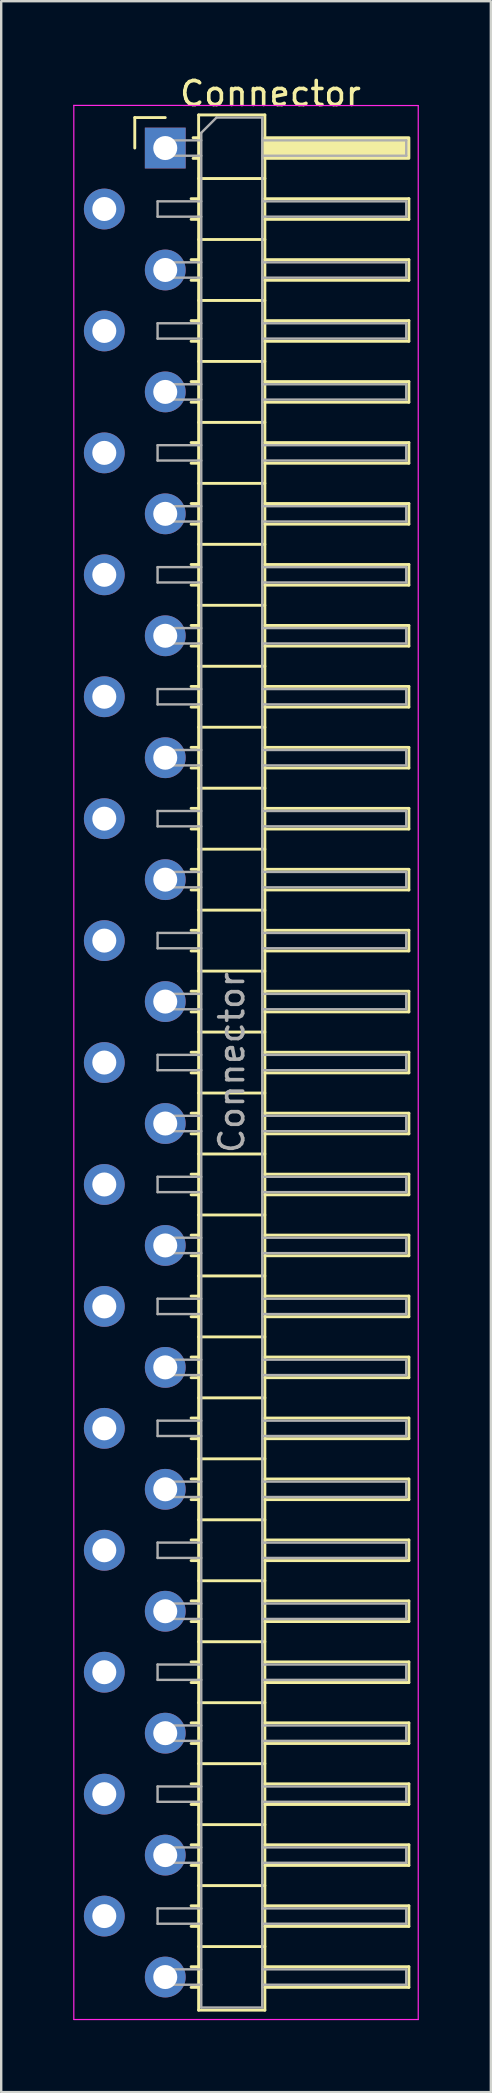
<source format=kicad_pcb>
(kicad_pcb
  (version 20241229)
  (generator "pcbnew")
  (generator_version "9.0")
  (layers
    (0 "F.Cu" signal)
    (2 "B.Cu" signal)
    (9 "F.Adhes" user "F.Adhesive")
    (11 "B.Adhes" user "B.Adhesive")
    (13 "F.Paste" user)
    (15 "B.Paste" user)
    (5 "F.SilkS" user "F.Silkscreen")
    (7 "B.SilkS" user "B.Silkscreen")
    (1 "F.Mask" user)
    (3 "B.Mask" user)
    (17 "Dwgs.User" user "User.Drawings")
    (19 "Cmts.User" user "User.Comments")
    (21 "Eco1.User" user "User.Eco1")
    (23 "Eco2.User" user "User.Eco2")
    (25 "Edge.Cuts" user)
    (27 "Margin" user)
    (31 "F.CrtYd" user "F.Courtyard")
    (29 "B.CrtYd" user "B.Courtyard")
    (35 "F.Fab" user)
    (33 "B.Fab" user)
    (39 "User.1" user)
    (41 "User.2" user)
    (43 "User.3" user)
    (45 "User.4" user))
  (footprint "Connector"
    (layer "F.Cu")
    (at 3.835 3.118)
    (property "Reference" "Connector" (at 4.385 -2.27 0) (layer "F.SilkS") (effects (font (size 1 1) (thickness 0.15))))
    (attr through_hole)
    (fp_line (start -1.27 -1.27) (end 0 -1.27) (stroke (width 0.12) (type solid)) (layer "F.SilkS"))
    (fp_line (start -1.27 0) (end -1.27 -1.27) (stroke (width 0.12) (type solid)) (layer "F.SilkS"))
    (fp_line (start 1.077 2.11) (end 1.39 2.11) (stroke (width 0.12) (type solid)) (layer "F.SilkS"))
    (fp_line (start 1.077 2.97) (end 1.39 2.97) (stroke (width 0.12) (type solid)) (layer "F.SilkS"))
    (fp_line (start 1.077 4.65) (end 1.39 4.65) (stroke (width 0.12) (type solid)) (layer "F.SilkS"))
    (fp_line (start 1.077 5.51) (end 1.39 5.51) (stroke (width 0.12) (type solid)) (layer "F.SilkS"))
    (fp_line (start 1.077 7.19) (end 1.39 7.19) (stroke (width 0.12) (type solid)) (layer "F.SilkS"))
    (fp_line (start 1.077 8.05) (end 1.39 8.05) (stroke (width 0.12) (type solid)) (layer "F.SilkS"))
    (fp_line (start 1.077 9.73) (end 1.39 9.73) (stroke (width 0.12) (type solid)) (layer "F.SilkS"))
    (fp_line (start 1.077 10.59) (end 1.39 10.59) (stroke (width 0.12) (type solid)) (layer "F.SilkS"))
    (fp_line (start 1.077 12.27) (end 1.39 12.27) (stroke (width 0.12) (type solid)) (layer "F.SilkS"))
    (fp_line (start 1.077 13.13) (end 1.39 13.13) (stroke (width 0.12) (type solid)) (layer "F.SilkS"))
    (fp_line (start 1.077 14.81) (end 1.39 14.81) (stroke (width 0.12) (type solid)) (layer "F.SilkS"))
    (fp_line (start 1.077 15.67) (end 1.39 15.67) (stroke (width 0.12) (type solid)) (layer "F.SilkS"))
    (fp_line (start 1.077 17.35) (end 1.39 17.35) (stroke (width 0.12) (type solid)) (layer "F.SilkS"))
    (fp_line (start 1.077 18.21) (end 1.39 18.21) (stroke (width 0.12) (type solid)) (layer "F.SilkS"))
    (fp_line (start 1.077 19.89) (end 1.39 19.89) (stroke (width 0.12) (type solid)) (layer "F.SilkS"))
    (fp_line (start 1.077 20.75) (end 1.39 20.75) (stroke (width 0.12) (type solid)) (layer "F.SilkS"))
    (fp_line (start 1.077 22.43) (end 1.39 22.43) (stroke (width 0.12) (type solid)) (layer "F.SilkS"))
    (fp_line (start 1.077 23.29) (end 1.39 23.29) (stroke (width 0.12) (type solid)) (layer "F.SilkS"))
    (fp_line (start 1.077 24.97) (end 1.39 24.97) (stroke (width 0.12) (type solid)) (layer "F.SilkS"))
    (fp_line (start 1.077 25.83) (end 1.39 25.83) (stroke (width 0.12) (type solid)) (layer "F.SilkS"))
    (fp_line (start 1.077 27.51) (end 1.39 27.51) (stroke (width 0.12) (type solid)) (layer "F.SilkS"))
    (fp_line (start 1.077 28.37) (end 1.39 28.37) (stroke (width 0.12) (type solid)) (layer "F.SilkS"))
    (fp_line (start 1.077 30.05) (end 1.39 30.05) (stroke (width 0.12) (type solid)) (layer "F.SilkS"))
    (fp_line (start 1.077 30.91) (end 1.39 30.91) (stroke (width 0.12) (type solid)) (layer "F.SilkS"))
    (fp_line (start 1.077 32.59) (end 1.39 32.59) (stroke (width 0.12) (type solid)) (layer "F.SilkS"))
    (fp_line (start 1.077 33.45) (end 1.39 33.45) (stroke (width 0.12) (type solid)) (layer "F.SilkS"))
    (fp_line (start 1.077 35.13) (end 1.39 35.13) (stroke (width 0.12) (type solid)) (layer "F.SilkS"))
    (fp_line (start 1.077 35.99) (end 1.39 35.99) (stroke (width 0.12) (type solid)) (layer "F.SilkS"))
    (fp_line (start 1.077 37.67) (end 1.39 37.67) (stroke (width 0.12) (type solid)) (layer "F.SilkS"))
    (fp_line (start 1.077 38.53) (end 1.39 38.53) (stroke (width 0.12) (type solid)) (layer "F.SilkS"))
    (fp_line (start 1.077 40.21) (end 1.39 40.21) (stroke (width 0.12) (type solid)) (layer "F.SilkS"))
    (fp_line (start 1.077 41.07) (end 1.39 41.07) (stroke (width 0.12) (type solid)) (layer "F.SilkS"))
    (fp_line (start 1.077 42.75) (end 1.39 42.75) (stroke (width 0.12) (type solid)) (layer "F.SilkS"))
    (fp_line (start 1.077 43.61) (end 1.39 43.61) (stroke (width 0.12) (type solid)) (layer "F.SilkS"))
    (fp_line (start 1.077 45.29) (end 1.39 45.29) (stroke (width 0.12) (type solid)) (layer "F.SilkS"))
    (fp_line (start 1.077 46.15) (end 1.39 46.15) (stroke (width 0.12) (type solid)) (layer "F.SilkS"))
    (fp_line (start 1.077 47.83) (end 1.39 47.83) (stroke (width 0.12) (type solid)) (layer "F.SilkS"))
    (fp_line (start 1.077 48.69) (end 1.39 48.69) (stroke (width 0.12) (type solid)) (layer "F.SilkS"))
    (fp_line (start 1.077 50.37) (end 1.39 50.37) (stroke (width 0.12) (type solid)) (layer "F.SilkS"))
    (fp_line (start 1.077 51.23) (end 1.39 51.23) (stroke (width 0.12) (type solid)) (layer "F.SilkS"))
    (fp_line (start 1.077 52.91) (end 1.39 52.91) (stroke (width 0.12) (type solid)) (layer "F.SilkS"))
    (fp_line (start 1.077 53.77) (end 1.39 53.77) (stroke (width 0.12) (type solid)) (layer "F.SilkS"))
    (fp_line (start 1.077 55.45) (end 1.39 55.45) (stroke (width 0.12) (type solid)) (layer "F.SilkS"))
    (fp_line (start 1.077 56.31) (end 1.39 56.31) (stroke (width 0.12) (type solid)) (layer "F.SilkS"))
    (fp_line (start 1.077 57.99) (end 1.39 57.99) (stroke (width 0.12) (type solid)) (layer "F.SilkS"))
    (fp_line (start 1.077 58.85) (end 1.39 58.85) (stroke (width 0.12) (type solid)) (layer "F.SilkS"))
    (fp_line (start 1.077 60.53) (end 1.39 60.53) (stroke (width 0.12) (type solid)) (layer "F.SilkS"))
    (fp_line (start 1.077 61.39) (end 1.39 61.39) (stroke (width 0.12) (type solid)) (layer "F.SilkS"))
    (fp_line (start 1.077 63.07) (end 1.39 63.07) (stroke (width 0.12) (type solid)) (layer "F.SilkS"))
    (fp_line (start 1.077 63.93) (end 1.39 63.93) (stroke (width 0.12) (type solid)) (layer "F.SilkS"))
    (fp_line (start 1.077 65.61) (end 1.39 65.61) (stroke (width 0.12) (type solid)) (layer "F.SilkS"))
    (fp_line (start 1.077 66.47) (end 1.39 66.47) (stroke (width 0.12) (type solid)) (layer "F.SilkS"))
    (fp_line (start 1.077 68.15) (end 1.39 68.15) (stroke (width 0.12) (type solid)) (layer "F.SilkS"))
    (fp_line (start 1.077 69.01) (end 1.39 69.01) (stroke (width 0.12) (type solid)) (layer "F.SilkS"))
    (fp_line (start 1.077 70.69) (end 1.39 70.69) (stroke (width 0.12) (type solid)) (layer "F.SilkS"))
    (fp_line (start 1.077 71.55) (end 1.39 71.55) (stroke (width 0.12) (type solid)) (layer "F.SilkS"))
    (fp_line (start 1.077 73.23) (end 1.39 73.23) (stroke (width 0.12) (type solid)) (layer "F.SilkS"))
    (fp_line (start 1.077 74.09) (end 1.39 74.09) (stroke (width 0.12) (type solid)) (layer "F.SilkS"))
    (fp_line (start 1.077 75.77) (end 1.39 75.77) (stroke (width 0.12) (type solid)) (layer "F.SilkS"))
    (fp_line (start 1.077 76.63) (end 1.39 76.63) (stroke (width 0.12) (type solid)) (layer "F.SilkS"))
    (fp_line (start 1.16 -0.43) (end 1.39 -0.43) (stroke (width 0.12) (type solid)) (layer "F.SilkS"))
    (fp_line (start 1.16 0.43) (end 1.39 0.43) (stroke (width 0.12) (type solid)) (layer "F.SilkS"))
    (fp_line (start 1.39 -1.38) (end 1.39 77.58) (stroke (width 0.12) (type solid)) (layer "F.SilkS"))
    (fp_line (start 1.39 1.27) (end 4.15 1.27) (stroke (width 0.12) (type solid)) (layer "F.SilkS"))
    (fp_line (start 1.39 3.81) (end 4.15 3.81) (stroke (width 0.12) (type solid)) (layer "F.SilkS"))
    (fp_line (start 1.39 6.35) (end 4.15 6.35) (stroke (width 0.12) (type solid)) (layer "F.SilkS"))
    (fp_line (start 1.39 8.89) (end 4.15 8.89) (stroke (width 0.12) (type solid)) (layer "F.SilkS"))
    (fp_line (start 1.39 11.43) (end 4.15 11.43) (stroke (width 0.12) (type solid)) (layer "F.SilkS"))
    (fp_line (start 1.39 13.97) (end 4.15 13.97) (stroke (width 0.12) (type solid)) (layer "F.SilkS"))
    (fp_line (start 1.39 16.51) (end 4.15 16.51) (stroke (width 0.12) (type solid)) (layer "F.SilkS"))
    (fp_line (start 1.39 19.05) (end 4.15 19.05) (stroke (width 0.12) (type solid)) (layer "F.SilkS"))
    (fp_line (start 1.39 21.59) (end 4.15 21.59) (stroke (width 0.12) (type solid)) (layer "F.SilkS"))
    (fp_line (start 1.39 24.13) (end 4.15 24.13) (stroke (width 0.12) (type solid)) (layer "F.SilkS"))
    (fp_line (start 1.39 26.67) (end 4.15 26.67) (stroke (width 0.12) (type solid)) (layer "F.SilkS"))
    (fp_line (start 1.39 29.21) (end 4.15 29.21) (stroke (width 0.12) (type solid)) (layer "F.SilkS"))
    (fp_line (start 1.39 31.75) (end 4.15 31.75) (stroke (width 0.12) (type solid)) (layer "F.SilkS"))
    (fp_line (start 1.39 34.29) (end 4.15 34.29) (stroke (width 0.12) (type solid)) (layer "F.SilkS"))
    (fp_line (start 1.39 36.83) (end 4.15 36.83) (stroke (width 0.12) (type solid)) (layer "F.SilkS"))
    (fp_line (start 1.39 39.37) (end 4.15 39.37) (stroke (width 0.12) (type solid)) (layer "F.SilkS"))
    (fp_line (start 1.39 41.91) (end 4.15 41.91) (stroke (width 0.12) (type solid)) (layer "F.SilkS"))
    (fp_line (start 1.39 44.45) (end 4.15 44.45) (stroke (width 0.12) (type solid)) (layer "F.SilkS"))
    (fp_line (start 1.39 46.99) (end 4.15 46.99) (stroke (width 0.12) (type solid)) (layer "F.SilkS"))
    (fp_line (start 1.39 49.53) (end 4.15 49.53) (stroke (width 0.12) (type solid)) (layer "F.SilkS"))
    (fp_line (start 1.39 52.07) (end 4.15 52.07) (stroke (width 0.12) (type solid)) (layer "F.SilkS"))
    (fp_line (start 1.39 54.61) (end 4.15 54.61) (stroke (width 0.12) (type solid)) (layer "F.SilkS"))
    (fp_line (start 1.39 57.15) (end 4.15 57.15) (stroke (width 0.12) (type solid)) (layer "F.SilkS"))
    (fp_line (start 1.39 59.69) (end 4.15 59.69) (stroke (width 0.12) (type solid)) (layer "F.SilkS"))
    (fp_line (start 1.39 62.23) (end 4.15 62.23) (stroke (width 0.12) (type solid)) (layer "F.SilkS"))
    (fp_line (start 1.39 64.77) (end 4.15 64.77) (stroke (width 0.12) (type solid)) (layer "F.SilkS"))
    (fp_line (start 1.39 67.31) (end 4.15 67.31) (stroke (width 0.12) (type solid)) (layer "F.SilkS"))
    (fp_line (start 1.39 69.85) (end 4.15 69.85) (stroke (width 0.12) (type solid)) (layer "F.SilkS"))
    (fp_line (start 1.39 72.39) (end 4.15 72.39) (stroke (width 0.12) (type solid)) (layer "F.SilkS"))
    (fp_line (start 1.39 74.93) (end 4.15 74.93) (stroke (width 0.12) (type solid)) (layer "F.SilkS"))
    (fp_line (start 1.39 77.58) (end 4.15 77.58) (stroke (width 0.12) (type solid)) (layer "F.SilkS"))
    (fp_line (start 4.15 -1.38) (end 1.39 -1.38) (stroke (width 0.12) (type solid)) (layer "F.SilkS"))
    (fp_line (start 4.15 2.11) (end 10.15 2.11) (stroke (width 0.12) (type solid)) (layer "F.SilkS"))
    (fp_line (start 4.15 4.65) (end 10.15 4.65) (stroke (width 0.12) (type solid)) (layer "F.SilkS"))
    (fp_line (start 4.15 7.19) (end 10.15 7.19) (stroke (width 0.12) (type solid)) (layer "F.SilkS"))
    (fp_line (start 4.15 9.73) (end 10.15 9.73) (stroke (width 0.12) (type solid)) (layer "F.SilkS"))
    (fp_line (start 4.15 12.27) (end 10.15 12.27) (stroke (width 0.12) (type solid)) (layer "F.SilkS"))
    (fp_line (start 4.15 14.81) (end 10.15 14.81) (stroke (width 0.12) (type solid)) (layer "F.SilkS"))
    (fp_line (start 4.15 17.35) (end 10.15 17.35) (stroke (width 0.12) (type solid)) (layer "F.SilkS"))
    (fp_line (start 4.15 19.89) (end 10.15 19.89) (stroke (width 0.12) (type solid)) (layer "F.SilkS"))
    (fp_line (start 4.15 22.43) (end 10.15 22.43) (stroke (width 0.12) (type solid)) (layer "F.SilkS"))
    (fp_line (start 4.15 24.97) (end 10.15 24.97) (stroke (width 0.12) (type solid)) (layer "F.SilkS"))
    (fp_line (start 4.15 27.51) (end 10.15 27.51) (stroke (width 0.12) (type solid)) (layer "F.SilkS"))
    (fp_line (start 4.15 30.05) (end 10.15 30.05) (stroke (width 0.12) (type solid)) (layer "F.SilkS"))
    (fp_line (start 4.15 32.59) (end 10.15 32.59) (stroke (width 0.12) (type solid)) (layer "F.SilkS"))
    (fp_line (start 4.15 35.13) (end 10.15 35.13) (stroke (width 0.12) (type solid)) (layer "F.SilkS"))
    (fp_line (start 4.15 37.67) (end 10.15 37.67) (stroke (width 0.12) (type solid)) (layer "F.SilkS"))
    (fp_line (start 4.15 40.21) (end 10.15 40.21) (stroke (width 0.12) (type solid)) (layer "F.SilkS"))
    (fp_line (start 4.15 42.75) (end 10.15 42.75) (stroke (width 0.12) (type solid)) (layer "F.SilkS"))
    (fp_line (start 4.15 45.29) (end 10.15 45.29) (stroke (width 0.12) (type solid)) (layer "F.SilkS"))
    (fp_line (start 4.15 47.83) (end 10.15 47.83) (stroke (width 0.12) (type solid)) (layer "F.SilkS"))
    (fp_line (start 4.15 50.37) (end 10.15 50.37) (stroke (width 0.12) (type solid)) (layer "F.SilkS"))
    (fp_line (start 4.15 52.91) (end 10.15 52.91) (stroke (width 0.12) (type solid)) (layer "F.SilkS"))
    (fp_line (start 4.15 55.45) (end 10.15 55.45) (stroke (width 0.12) (type solid)) (layer "F.SilkS"))
    (fp_line (start 4.15 57.99) (end 10.15 57.99) (stroke (width 0.12) (type solid)) (layer "F.SilkS"))
    (fp_line (start 4.15 60.53) (end 10.15 60.53) (stroke (width 0.12) (type solid)) (layer "F.SilkS"))
    (fp_line (start 4.15 63.07) (end 10.15 63.07) (stroke (width 0.12) (type solid)) (layer "F.SilkS"))
    (fp_line (start 4.15 65.61) (end 10.15 65.61) (stroke (width 0.12) (type solid)) (layer "F.SilkS"))
    (fp_line (start 4.15 68.15) (end 10.15 68.15) (stroke (width 0.12) (type solid)) (layer "F.SilkS"))
    (fp_line (start 4.15 70.69) (end 10.15 70.69) (stroke (width 0.12) (type solid)) (layer "F.SilkS"))
    (fp_line (start 4.15 73.23) (end 10.15 73.23) (stroke (width 0.12) (type solid)) (layer "F.SilkS"))
    (fp_line (start 4.15 75.77) (end 10.15 75.77) (stroke (width 0.12) (type solid)) (layer "F.SilkS"))
    (fp_line (start 4.15 77.58) (end 4.15 -1.38) (stroke (width 0.12) (type solid)) (layer "F.SilkS"))
    (fp_line (start 10.15 2.11) (end 10.15 2.97) (stroke (width 0.12) (type solid)) (layer "F.SilkS"))
    (fp_line (start 10.15 2.97) (end 4.15 2.97) (stroke (width 0.12) (type solid)) (layer "F.SilkS"))
    (fp_line (start 10.15 4.65) (end 10.15 5.51) (stroke (width 0.12) (type solid)) (layer "F.SilkS"))
    (fp_line (start 10.15 5.51) (end 4.15 5.51) (stroke (width 0.12) (type solid)) (layer "F.SilkS"))
    (fp_line (start 10.15 7.19) (end 10.15 8.05) (stroke (width 0.12) (type solid)) (layer "F.SilkS"))
    (fp_line (start 10.15 8.05) (end 4.15 8.05) (stroke (width 0.12) (type solid)) (layer "F.SilkS"))
    (fp_line (start 10.15 9.73) (end 10.15 10.59) (stroke (width 0.12) (type solid)) (layer "F.SilkS"))
    (fp_line (start 10.15 10.59) (end 4.15 10.59) (stroke (width 0.12) (type solid)) (layer "F.SilkS"))
    (fp_line (start 10.15 12.27) (end 10.15 13.13) (stroke (width 0.12) (type solid)) (layer "F.SilkS"))
    (fp_line (start 10.15 13.13) (end 4.15 13.13) (stroke (width 0.12) (type solid)) (layer "F.SilkS"))
    (fp_line (start 10.15 14.81) (end 10.15 15.67) (stroke (width 0.12) (type solid)) (layer "F.SilkS"))
    (fp_line (start 10.15 15.67) (end 4.15 15.67) (stroke (width 0.12) (type solid)) (layer "F.SilkS"))
    (fp_line (start 10.15 17.35) (end 10.15 18.21) (stroke (width 0.12) (type solid)) (layer "F.SilkS"))
    (fp_line (start 10.15 18.21) (end 4.15 18.21) (stroke (width 0.12) (type solid)) (layer "F.SilkS"))
    (fp_line (start 10.15 19.89) (end 10.15 20.75) (stroke (width 0.12) (type solid)) (layer "F.SilkS"))
    (fp_line (start 10.15 20.75) (end 4.15 20.75) (stroke (width 0.12) (type solid)) (layer "F.SilkS"))
    (fp_line (start 10.15 22.43) (end 10.15 23.29) (stroke (width 0.12) (type solid)) (layer "F.SilkS"))
    (fp_line (start 10.15 23.29) (end 4.15 23.29) (stroke (width 0.12) (type solid)) (layer "F.SilkS"))
    (fp_line (start 10.15 24.97) (end 10.15 25.83) (stroke (width 0.12) (type solid)) (layer "F.SilkS"))
    (fp_line (start 10.15 25.83) (end 4.15 25.83) (stroke (width 0.12) (type solid)) (layer "F.SilkS"))
    (fp_line (start 10.15 27.51) (end 10.15 28.37) (stroke (width 0.12) (type solid)) (layer "F.SilkS"))
    (fp_line (start 10.15 28.37) (end 4.15 28.37) (stroke (width 0.12) (type solid)) (layer "F.SilkS"))
    (fp_line (start 10.15 30.05) (end 10.15 30.91) (stroke (width 0.12) (type solid)) (layer "F.SilkS"))
    (fp_line (start 10.15 30.91) (end 4.15 30.91) (stroke (width 0.12) (type solid)) (layer "F.SilkS"))
    (fp_line (start 10.15 32.59) (end 10.15 33.45) (stroke (width 0.12) (type solid)) (layer "F.SilkS"))
    (fp_line (start 10.15 33.45) (end 4.15 33.45) (stroke (width 0.12) (type solid)) (layer "F.SilkS"))
    (fp_line (start 10.15 35.13) (end 10.15 35.99) (stroke (width 0.12) (type solid)) (layer "F.SilkS"))
    (fp_line (start 10.15 35.99) (end 4.15 35.99) (stroke (width 0.12) (type solid)) (layer "F.SilkS"))
    (fp_line (start 10.15 37.67) (end 10.15 38.53) (stroke (width 0.12) (type solid)) (layer "F.SilkS"))
    (fp_line (start 10.15 38.53) (end 4.15 38.53) (stroke (width 0.12) (type solid)) (layer "F.SilkS"))
    (fp_line (start 10.15 40.21) (end 10.15 41.07) (stroke (width 0.12) (type solid)) (layer "F.SilkS"))
    (fp_line (start 10.15 41.07) (end 4.15 41.07) (stroke (width 0.12) (type solid)) (layer "F.SilkS"))
    (fp_line (start 10.15 42.75) (end 10.15 43.61) (stroke (width 0.12) (type solid)) (layer "F.SilkS"))
    (fp_line (start 10.15 43.61) (end 4.15 43.61) (stroke (width 0.12) (type solid)) (layer "F.SilkS"))
    (fp_line (start 10.15 45.29) (end 10.15 46.15) (stroke (width 0.12) (type solid)) (layer "F.SilkS"))
    (fp_line (start 10.15 46.15) (end 4.15 46.15) (stroke (width 0.12) (type solid)) (layer "F.SilkS"))
    (fp_line (start 10.15 47.83) (end 10.15 48.69) (stroke (width 0.12) (type solid)) (layer "F.SilkS"))
    (fp_line (start 10.15 48.69) (end 4.15 48.69) (stroke (width 0.12) (type solid)) (layer "F.SilkS"))
    (fp_line (start 10.15 50.37) (end 10.15 51.23) (stroke (width 0.12) (type solid)) (layer "F.SilkS"))
    (fp_line (start 10.15 51.23) (end 4.15 51.23) (stroke (width 0.12) (type solid)) (layer "F.SilkS"))
    (fp_line (start 10.15 52.91) (end 10.15 53.77) (stroke (width 0.12) (type solid)) (layer "F.SilkS"))
    (fp_line (start 10.15 53.77) (end 4.15 53.77) (stroke (width 0.12) (type solid)) (layer "F.SilkS"))
    (fp_line (start 10.15 55.45) (end 10.15 56.31) (stroke (width 0.12) (type solid)) (layer "F.SilkS"))
    (fp_line (start 10.15 56.31) (end 4.15 56.31) (stroke (width 0.12) (type solid)) (layer "F.SilkS"))
    (fp_line (start 10.15 57.99) (end 10.15 58.85) (stroke (width 0.12) (type solid)) (layer "F.SilkS"))
    (fp_line (start 10.15 58.85) (end 4.15 58.85) (stroke (width 0.12) (type solid)) (layer "F.SilkS"))
    (fp_line (start 10.15 60.53) (end 10.15 61.39) (stroke (width 0.12) (type solid)) (layer "F.SilkS"))
    (fp_line (start 10.15 61.39) (end 4.15 61.39) (stroke (width 0.12) (type solid)) (layer "F.SilkS"))
    (fp_line (start 10.15 63.07) (end 10.15 63.93) (stroke (width 0.12) (type solid)) (layer "F.SilkS"))
    (fp_line (start 10.15 63.93) (end 4.15 63.93) (stroke (width 0.12) (type solid)) (layer "F.SilkS"))
    (fp_line (start 10.15 65.61) (end 10.15 66.47) (stroke (width 0.12) (type solid)) (layer "F.SilkS"))
    (fp_line (start 10.15 66.47) (end 4.15 66.47) (stroke (width 0.12) (type solid)) (layer "F.SilkS"))
    (fp_line (start 10.15 68.15) (end 10.15 69.01) (stroke (width 0.12) (type solid)) (layer "F.SilkS"))
    (fp_line (start 10.15 69.01) (end 4.15 69.01) (stroke (width 0.12) (type solid)) (layer "F.SilkS"))
    (fp_line (start 10.15 70.69) (end 10.15 71.55) (stroke (width 0.12) (type solid)) (layer "F.SilkS"))
    (fp_line (start 10.15 71.55) (end 4.15 71.55) (stroke (width 0.12) (type solid)) (layer "F.SilkS"))
    (fp_line (start 10.15 73.23) (end 10.15 74.09) (stroke (width 0.12) (type solid)) (layer "F.SilkS"))
    (fp_line (start 10.15 74.09) (end 4.15 74.09) (stroke (width 0.12) (type solid)) (layer "F.SilkS"))
    (fp_line (start 10.15 75.77) (end 10.15 76.63) (stroke (width 0.12) (type solid)) (layer "F.SilkS"))
    (fp_line (start 10.15 76.63) (end 4.15 76.63) (stroke (width 0.12) (type solid)) (layer "F.SilkS"))
    (fp_rect (start 4.15 -0.43) (end 10.15 0.43) (stroke (width 0.12) (type solid)) (fill yes) (layer "F.SilkS"))
    (fp_line (start -3.81 -1.778) (end -3.81 77.962) (stroke (width 0.05) (type solid)) (layer "F.CrtYd"))
    (fp_line (start -3.81 77.97) (end 10.54 77.97) (stroke (width 0.05) (type solid)) (layer "F.CrtYd"))
    (fp_line (start 10.54 -1.77) (end -3.81 -1.778) (stroke (width 0.05) (type solid)) (layer "F.CrtYd"))
    (fp_line (start 10.54 77.97) (end 10.54 -1.77) (stroke (width 0.05) (type solid)) (layer "F.CrtYd"))
    (fp_line (start -0.32 -0.32) (end -0.32 0.32) (stroke (width 0.1) (type solid)) (layer "F.Fab"))
    (fp_line (start -0.32 -0.32) (end 1.5 -0.32) (stroke (width 0.1) (type solid)) (layer "F.Fab"))
    (fp_line (start -0.32 0.32) (end 1.5 0.32) (stroke (width 0.1) (type solid)) (layer "F.Fab"))
    (fp_line (start -0.32 2.22) (end -0.32 2.86) (stroke (width 0.1) (type solid)) (layer "F.Fab"))
    (fp_line (start -0.32 2.22) (end 1.5 2.22) (stroke (width 0.1) (type solid)) (layer "F.Fab"))
    (fp_line (start -0.32 2.86) (end 1.5 2.86) (stroke (width 0.1) (type solid)) (layer "F.Fab"))
    (fp_line (start -0.32 4.76) (end -0.32 5.4) (stroke (width 0.1) (type solid)) (layer "F.Fab"))
    (fp_line (start -0.32 4.76) (end 1.5 4.76) (stroke (width 0.1) (type solid)) (layer "F.Fab"))
    (fp_line (start -0.32 5.4) (end 1.5 5.4) (stroke (width 0.1) (type solid)) (layer "F.Fab"))
    (fp_line (start -0.32 7.3) (end -0.32 7.94) (stroke (width 0.1) (type solid)) (layer "F.Fab"))
    (fp_line (start -0.32 7.3) (end 1.5 7.3) (stroke (width 0.1) (type solid)) (layer "F.Fab"))
    (fp_line (start -0.32 7.94) (end 1.5 7.94) (stroke (width 0.1) (type solid)) (layer "F.Fab"))
    (fp_line (start -0.32 9.84) (end -0.32 10.48) (stroke (width 0.1) (type solid)) (layer "F.Fab"))
    (fp_line (start -0.32 9.84) (end 1.5 9.84) (stroke (width 0.1) (type solid)) (layer "F.Fab"))
    (fp_line (start -0.32 10.48) (end 1.5 10.48) (stroke (width 0.1) (type solid)) (layer "F.Fab"))
    (fp_line (start -0.32 12.38) (end -0.32 13.02) (stroke (width 0.1) (type solid)) (layer "F.Fab"))
    (fp_line (start -0.32 12.38) (end 1.5 12.38) (stroke (width 0.1) (type solid)) (layer "F.Fab"))
    (fp_line (start -0.32 13.02) (end 1.5 13.02) (stroke (width 0.1) (type solid)) (layer "F.Fab"))
    (fp_line (start -0.32 14.92) (end -0.32 15.56) (stroke (width 0.1) (type solid)) (layer "F.Fab"))
    (fp_line (start -0.32 14.92) (end 1.5 14.92) (stroke (width 0.1) (type solid)) (layer "F.Fab"))
    (fp_line (start -0.32 15.56) (end 1.5 15.56) (stroke (width 0.1) (type solid)) (layer "F.Fab"))
    (fp_line (start -0.32 17.46) (end -0.32 18.1) (stroke (width 0.1) (type solid)) (layer "F.Fab"))
    (fp_line (start -0.32 17.46) (end 1.5 17.46) (stroke (width 0.1) (type solid)) (layer "F.Fab"))
    (fp_line (start -0.32 18.1) (end 1.5 18.1) (stroke (width 0.1) (type solid)) (layer "F.Fab"))
    (fp_line (start -0.32 20) (end -0.32 20.64) (stroke (width 0.1) (type solid)) (layer "F.Fab"))
    (fp_line (start -0.32 20) (end 1.5 20) (stroke (width 0.1) (type solid)) (layer "F.Fab"))
    (fp_line (start -0.32 20.64) (end 1.5 20.64) (stroke (width 0.1) (type solid)) (layer "F.Fab"))
    (fp_line (start -0.32 22.54) (end -0.32 23.18) (stroke (width 0.1) (type solid)) (layer "F.Fab"))
    (fp_line (start -0.32 22.54) (end 1.5 22.54) (stroke (width 0.1) (type solid)) (layer "F.Fab"))
    (fp_line (start -0.32 23.18) (end 1.5 23.18) (stroke (width 0.1) (type solid)) (layer "F.Fab"))
    (fp_line (start -0.32 25.08) (end -0.32 25.72) (stroke (width 0.1) (type solid)) (layer "F.Fab"))
    (fp_line (start -0.32 25.08) (end 1.5 25.08) (stroke (width 0.1) (type solid)) (layer "F.Fab"))
    (fp_line (start -0.32 25.72) (end 1.5 25.72) (stroke (width 0.1) (type solid)) (layer "F.Fab"))
    (fp_line (start -0.32 27.62) (end -0.32 28.26) (stroke (width 0.1) (type solid)) (layer "F.Fab"))
    (fp_line (start -0.32 27.62) (end 1.5 27.62) (stroke (width 0.1) (type solid)) (layer "F.Fab"))
    (fp_line (start -0.32 28.26) (end 1.5 28.26) (stroke (width 0.1) (type solid)) (layer "F.Fab"))
    (fp_line (start -0.32 30.16) (end -0.32 30.8) (stroke (width 0.1) (type solid)) (layer "F.Fab"))
    (fp_line (start -0.32 30.16) (end 1.5 30.16) (stroke (width 0.1) (type solid)) (layer "F.Fab"))
    (fp_line (start -0.32 30.8) (end 1.5 30.8) (stroke (width 0.1) (type solid)) (layer "F.Fab"))
    (fp_line (start -0.32 32.7) (end -0.32 33.34) (stroke (width 0.1) (type solid)) (layer "F.Fab"))
    (fp_line (start -0.32 32.7) (end 1.5 32.7) (stroke (width 0.1) (type solid)) (layer "F.Fab"))
    (fp_line (start -0.32 33.34) (end 1.5 33.34) (stroke (width 0.1) (type solid)) (layer "F.Fab"))
    (fp_line (start -0.32 35.24) (end -0.32 35.88) (stroke (width 0.1) (type solid)) (layer "F.Fab"))
    (fp_line (start -0.32 35.24) (end 1.5 35.24) (stroke (width 0.1) (type solid)) (layer "F.Fab"))
    (fp_line (start -0.32 35.88) (end 1.5 35.88) (stroke (width 0.1) (type solid)) (layer "F.Fab"))
    (fp_line (start -0.32 37.78) (end -0.32 38.42) (stroke (width 0.1) (type solid)) (layer "F.Fab"))
    (fp_line (start -0.32 37.78) (end 1.5 37.78) (stroke (width 0.1) (type solid)) (layer "F.Fab"))
    (fp_line (start -0.32 38.42) (end 1.5 38.42) (stroke (width 0.1) (type solid)) (layer "F.Fab"))
    (fp_line (start -0.32 40.32) (end -0.32 40.96) (stroke (width 0.1) (type solid)) (layer "F.Fab"))
    (fp_line (start -0.32 40.32) (end 1.5 40.32) (stroke (width 0.1) (type solid)) (layer "F.Fab"))
    (fp_line (start -0.32 40.96) (end 1.5 40.96) (stroke (width 0.1) (type solid)) (layer "F.Fab"))
    (fp_line (start -0.32 42.86) (end -0.32 43.5) (stroke (width 0.1) (type solid)) (layer "F.Fab"))
    (fp_line (start -0.32 42.86) (end 1.5 42.86) (stroke (width 0.1) (type solid)) (layer "F.Fab"))
    (fp_line (start -0.32 43.5) (end 1.5 43.5) (stroke (width 0.1) (type solid)) (layer "F.Fab"))
    (fp_line (start -0.32 45.4) (end -0.32 46.04) (stroke (width 0.1) (type solid)) (layer "F.Fab"))
    (fp_line (start -0.32 45.4) (end 1.5 45.4) (stroke (width 0.1) (type solid)) (layer "F.Fab"))
    (fp_line (start -0.32 46.04) (end 1.5 46.04) (stroke (width 0.1) (type solid)) (layer "F.Fab"))
    (fp_line (start -0.32 47.94) (end -0.32 48.58) (stroke (width 0.1) (type solid)) (layer "F.Fab"))
    (fp_line (start -0.32 47.94) (end 1.5 47.94) (stroke (width 0.1) (type solid)) (layer "F.Fab"))
    (fp_line (start -0.32 48.58) (end 1.5 48.58) (stroke (width 0.1) (type solid)) (layer "F.Fab"))
    (fp_line (start -0.32 50.48) (end -0.32 51.12) (stroke (width 0.1) (type solid)) (layer "F.Fab"))
    (fp_line (start -0.32 50.48) (end 1.5 50.48) (stroke (width 0.1) (type solid)) (layer "F.Fab"))
    (fp_line (start -0.32 51.12) (end 1.5 51.12) (stroke (width 0.1) (type solid)) (layer "F.Fab"))
    (fp_line (start -0.32 53.02) (end -0.32 53.66) (stroke (width 0.1) (type solid)) (layer "F.Fab"))
    (fp_line (start -0.32 53.02) (end 1.5 53.02) (stroke (width 0.1) (type solid)) (layer "F.Fab"))
    (fp_line (start -0.32 53.66) (end 1.5 53.66) (stroke (width 0.1) (type solid)) (layer "F.Fab"))
    (fp_line (start -0.32 55.56) (end -0.32 56.2) (stroke (width 0.1) (type solid)) (layer "F.Fab"))
    (fp_line (start -0.32 55.56) (end 1.5 55.56) (stroke (width 0.1) (type solid)) (layer "F.Fab"))
    (fp_line (start -0.32 56.2) (end 1.5 56.2) (stroke (width 0.1) (type solid)) (layer "F.Fab"))
    (fp_line (start -0.32 58.1) (end -0.32 58.74) (stroke (width 0.1) (type solid)) (layer "F.Fab"))
    (fp_line (start -0.32 58.1) (end 1.5 58.1) (stroke (width 0.1) (type solid)) (layer "F.Fab"))
    (fp_line (start -0.32 58.74) (end 1.5 58.74) (stroke (width 0.1) (type solid)) (layer "F.Fab"))
    (fp_line (start -0.32 60.64) (end -0.32 61.28) (stroke (width 0.1) (type solid)) (layer "F.Fab"))
    (fp_line (start -0.32 60.64) (end 1.5 60.64) (stroke (width 0.1) (type solid)) (layer "F.Fab"))
    (fp_line (start -0.32 61.28) (end 1.5 61.28) (stroke (width 0.1) (type solid)) (layer "F.Fab"))
    (fp_line (start -0.32 63.18) (end -0.32 63.82) (stroke (width 0.1) (type solid)) (layer "F.Fab"))
    (fp_line (start -0.32 63.18) (end 1.5 63.18) (stroke (width 0.1) (type solid)) (layer "F.Fab"))
    (fp_line (start -0.32 63.82) (end 1.5 63.82) (stroke (width 0.1) (type solid)) (layer "F.Fab"))
    (fp_line (start -0.32 65.72) (end -0.32 66.36) (stroke (width 0.1) (type solid)) (layer "F.Fab"))
    (fp_line (start -0.32 65.72) (end 1.5 65.72) (stroke (width 0.1) (type solid)) (layer "F.Fab"))
    (fp_line (start -0.32 66.36) (end 1.5 66.36) (stroke (width 0.1) (type solid)) (layer "F.Fab"))
    (fp_line (start -0.32 68.26) (end -0.32 68.9) (stroke (width 0.1) (type solid)) (layer "F.Fab"))
    (fp_line (start -0.32 68.26) (end 1.5 68.26) (stroke (width 0.1) (type solid)) (layer "F.Fab"))
    (fp_line (start -0.32 68.9) (end 1.5 68.9) (stroke (width 0.1) (type solid)) (layer "F.Fab"))
    (fp_line (start -0.32 70.8) (end -0.32 71.44) (stroke (width 0.1) (type solid)) (layer "F.Fab"))
    (fp_line (start -0.32 70.8) (end 1.5 70.8) (stroke (width 0.1) (type solid)) (layer "F.Fab"))
    (fp_line (start -0.32 71.44) (end 1.5 71.44) (stroke (width 0.1) (type solid)) (layer "F.Fab"))
    (fp_line (start -0.32 73.34) (end -0.32 73.98) (stroke (width 0.1) (type solid)) (layer "F.Fab"))
    (fp_line (start -0.32 73.34) (end 1.5 73.34) (stroke (width 0.1) (type solid)) (layer "F.Fab"))
    (fp_line (start -0.32 73.98) (end 1.5 73.98) (stroke (width 0.1) (type solid)) (layer "F.Fab"))
    (fp_line (start -0.32 75.88) (end -0.32 76.52) (stroke (width 0.1) (type solid)) (layer "F.Fab"))
    (fp_line (start -0.32 75.88) (end 1.5 75.88) (stroke (width 0.1) (type solid)) (layer "F.Fab"))
    (fp_line (start -0.32 76.52) (end 1.5 76.52) (stroke (width 0.1) (type solid)) (layer "F.Fab"))
    (fp_line (start 1.5 -0.635) (end 2.135 -1.27) (stroke (width 0.1) (type solid)) (layer "F.Fab"))
    (fp_line (start 1.5 77.47) (end 1.5 -0.635) (stroke (width 0.1) (type solid)) (layer "F.Fab"))
    (fp_line (start 2.135 -1.27) (end 4.04 -1.27) (stroke (width 0.1) (type solid)) (layer "F.Fab"))
    (fp_line (start 4.04 -1.27) (end 4.04 77.47) (stroke (width 0.1) (type solid)) (layer "F.Fab"))
    (fp_line (start 4.04 -0.32) (end 10.04 -0.32) (stroke (width 0.1) (type solid)) (layer "F.Fab"))
    (fp_line (start 4.04 0.32) (end 10.04 0.32) (stroke (width 0.1) (type solid)) (layer "F.Fab"))
    (fp_line (start 4.04 2.22) (end 10.04 2.22) (stroke (width 0.1) (type solid)) (layer "F.Fab"))
    (fp_line (start 4.04 2.86) (end 10.04 2.86) (stroke (width 0.1) (type solid)) (layer "F.Fab"))
    (fp_line (start 4.04 4.76) (end 10.04 4.76) (stroke (width 0.1) (type solid)) (layer "F.Fab"))
    (fp_line (start 4.04 5.4) (end 10.04 5.4) (stroke (width 0.1) (type solid)) (layer "F.Fab"))
    (fp_line (start 4.04 7.3) (end 10.04 7.3) (stroke (width 0.1) (type solid)) (layer "F.Fab"))
    (fp_line (start 4.04 7.94) (end 10.04 7.94) (stroke (width 0.1) (type solid)) (layer "F.Fab"))
    (fp_line (start 4.04 9.84) (end 10.04 9.84) (stroke (width 0.1) (type solid)) (layer "F.Fab"))
    (fp_line (start 4.04 10.48) (end 10.04 10.48) (stroke (width 0.1) (type solid)) (layer "F.Fab"))
    (fp_line (start 4.04 12.38) (end 10.04 12.38) (stroke (width 0.1) (type solid)) (layer "F.Fab"))
    (fp_line (start 4.04 13.02) (end 10.04 13.02) (stroke (width 0.1) (type solid)) (layer "F.Fab"))
    (fp_line (start 4.04 14.92) (end 10.04 14.92) (stroke (width 0.1) (type solid)) (layer "F.Fab"))
    (fp_line (start 4.04 15.56) (end 10.04 15.56) (stroke (width 0.1) (type solid)) (layer "F.Fab"))
    (fp_line (start 4.04 17.46) (end 10.04 17.46) (stroke (width 0.1) (type solid)) (layer "F.Fab"))
    (fp_line (start 4.04 18.1) (end 10.04 18.1) (stroke (width 0.1) (type solid)) (layer "F.Fab"))
    (fp_line (start 4.04 20) (end 10.04 20) (stroke (width 0.1) (type solid)) (layer "F.Fab"))
    (fp_line (start 4.04 20.64) (end 10.04 20.64) (stroke (width 0.1) (type solid)) (layer "F.Fab"))
    (fp_line (start 4.04 22.54) (end 10.04 22.54) (stroke (width 0.1) (type solid)) (layer "F.Fab"))
    (fp_line (start 4.04 23.18) (end 10.04 23.18) (stroke (width 0.1) (type solid)) (layer "F.Fab"))
    (fp_line (start 4.04 25.08) (end 10.04 25.08) (stroke (width 0.1) (type solid)) (layer "F.Fab"))
    (fp_line (start 4.04 25.72) (end 10.04 25.72) (stroke (width 0.1) (type solid)) (layer "F.Fab"))
    (fp_line (start 4.04 27.62) (end 10.04 27.62) (stroke (width 0.1) (type solid)) (layer "F.Fab"))
    (fp_line (start 4.04 28.26) (end 10.04 28.26) (stroke (width 0.1) (type solid)) (layer "F.Fab"))
    (fp_line (start 4.04 30.16) (end 10.04 30.16) (stroke (width 0.1) (type solid)) (layer "F.Fab"))
    (fp_line (start 4.04 30.8) (end 10.04 30.8) (stroke (width 0.1) (type solid)) (layer "F.Fab"))
    (fp_line (start 4.04 32.7) (end 10.04 32.7) (stroke (width 0.1) (type solid)) (layer "F.Fab"))
    (fp_line (start 4.04 33.34) (end 10.04 33.34) (stroke (width 0.1) (type solid)) (layer "F.Fab"))
    (fp_line (start 4.04 35.24) (end 10.04 35.24) (stroke (width 0.1) (type solid)) (layer "F.Fab"))
    (fp_line (start 4.04 35.88) (end 10.04 35.88) (stroke (width 0.1) (type solid)) (layer "F.Fab"))
    (fp_line (start 4.04 37.78) (end 10.04 37.78) (stroke (width 0.1) (type solid)) (layer "F.Fab"))
    (fp_line (start 4.04 38.42) (end 10.04 38.42) (stroke (width 0.1) (type solid)) (layer "F.Fab"))
    (fp_line (start 4.04 40.32) (end 10.04 40.32) (stroke (width 0.1) (type solid)) (layer "F.Fab"))
    (fp_line (start 4.04 40.96) (end 10.04 40.96) (stroke (width 0.1) (type solid)) (layer "F.Fab"))
    (fp_line (start 4.04 42.86) (end 10.04 42.86) (stroke (width 0.1) (type solid)) (layer "F.Fab"))
    (fp_line (start 4.04 43.5) (end 10.04 43.5) (stroke (width 0.1) (type solid)) (layer "F.Fab"))
    (fp_line (start 4.04 45.4) (end 10.04 45.4) (stroke (width 0.1) (type solid)) (layer "F.Fab"))
    (fp_line (start 4.04 46.04) (end 10.04 46.04) (stroke (width 0.1) (type solid)) (layer "F.Fab"))
    (fp_line (start 4.04 47.94) (end 10.04 47.94) (stroke (width 0.1) (type solid)) (layer "F.Fab"))
    (fp_line (start 4.04 48.58) (end 10.04 48.58) (stroke (width 0.1) (type solid)) (layer "F.Fab"))
    (fp_line (start 4.04 50.48) (end 10.04 50.48) (stroke (width 0.1) (type solid)) (layer "F.Fab"))
    (fp_line (start 4.04 51.12) (end 10.04 51.12) (stroke (width 0.1) (type solid)) (layer "F.Fab"))
    (fp_line (start 4.04 53.02) (end 10.04 53.02) (stroke (width 0.1) (type solid)) (layer "F.Fab"))
    (fp_line (start 4.04 53.66) (end 10.04 53.66) (stroke (width 0.1) (type solid)) (layer "F.Fab"))
    (fp_line (start 4.04 55.56) (end 10.04 55.56) (stroke (width 0.1) (type solid)) (layer "F.Fab"))
    (fp_line (start 4.04 56.2) (end 10.04 56.2) (stroke (width 0.1) (type solid)) (layer "F.Fab"))
    (fp_line (start 4.04 58.1) (end 10.04 58.1) (stroke (width 0.1) (type solid)) (layer "F.Fab"))
    (fp_line (start 4.04 58.74) (end 10.04 58.74) (stroke (width 0.1) (type solid)) (layer "F.Fab"))
    (fp_line (start 4.04 60.64) (end 10.04 60.64) (stroke (width 0.1) (type solid)) (layer "F.Fab"))
    (fp_line (start 4.04 61.28) (end 10.04 61.28) (stroke (width 0.1) (type solid)) (layer "F.Fab"))
    (fp_line (start 4.04 63.18) (end 10.04 63.18) (stroke (width 0.1) (type solid)) (layer "F.Fab"))
    (fp_line (start 4.04 63.82) (end 10.04 63.82) (stroke (width 0.1) (type solid)) (layer "F.Fab"))
    (fp_line (start 4.04 65.72) (end 10.04 65.72) (stroke (width 0.1) (type solid)) (layer "F.Fab"))
    (fp_line (start 4.04 66.36) (end 10.04 66.36) (stroke (width 0.1) (type solid)) (layer "F.Fab"))
    (fp_line (start 4.04 68.26) (end 10.04 68.26) (stroke (width 0.1) (type solid)) (layer "F.Fab"))
    (fp_line (start 4.04 68.9) (end 10.04 68.9) (stroke (width 0.1) (type solid)) (layer "F.Fab"))
    (fp_line (start 4.04 70.8) (end 10.04 70.8) (stroke (width 0.1) (type solid)) (layer "F.Fab"))
    (fp_line (start 4.04 71.44) (end 10.04 71.44) (stroke (width 0.1) (type solid)) (layer "F.Fab"))
    (fp_line (start 4.04 73.34) (end 10.04 73.34) (stroke (width 0.1) (type solid)) (layer "F.Fab"))
    (fp_line (start 4.04 73.98) (end 10.04 73.98) (stroke (width 0.1) (type solid)) (layer "F.Fab"))
    (fp_line (start 4.04 75.88) (end 10.04 75.88) (stroke (width 0.1) (type solid)) (layer "F.Fab"))
    (fp_line (start 4.04 76.52) (end 10.04 76.52) (stroke (width 0.1) (type solid)) (layer "F.Fab"))
    (fp_line (start 4.04 77.47) (end 1.5 77.47) (stroke (width 0.1) (type solid)) (layer "F.Fab"))
    (fp_line (start 10.04 -0.32) (end 10.04 0.32) (stroke (width 0.1) (type solid)) (layer "F.Fab"))
    (fp_line (start 10.04 2.22) (end 10.04 2.86) (stroke (width 0.1) (type solid)) (layer "F.Fab"))
    (fp_line (start 10.04 4.76) (end 10.04 5.4) (stroke (width 0.1) (type solid)) (layer "F.Fab"))
    (fp_line (start 10.04 7.3) (end 10.04 7.94) (stroke (width 0.1) (type solid)) (layer "F.Fab"))
    (fp_line (start 10.04 9.84) (end 10.04 10.48) (stroke (width 0.1) (type solid)) (layer "F.Fab"))
    (fp_line (start 10.04 12.38) (end 10.04 13.02) (stroke (width 0.1) (type solid)) (layer "F.Fab"))
    (fp_line (start 10.04 14.92) (end 10.04 15.56) (stroke (width 0.1) (type solid)) (layer "F.Fab"))
    (fp_line (start 10.04 17.46) (end 10.04 18.1) (stroke (width 0.1) (type solid)) (layer "F.Fab"))
    (fp_line (start 10.04 20) (end 10.04 20.64) (stroke (width 0.1) (type solid)) (layer "F.Fab"))
    (fp_line (start 10.04 22.54) (end 10.04 23.18) (stroke (width 0.1) (type solid)) (layer "F.Fab"))
    (fp_line (start 10.04 25.08) (end 10.04 25.72) (stroke (width 0.1) (type solid)) (layer "F.Fab"))
    (fp_line (start 10.04 27.62) (end 10.04 28.26) (stroke (width 0.1) (type solid)) (layer "F.Fab"))
    (fp_line (start 10.04 30.16) (end 10.04 30.8) (stroke (width 0.1) (type solid)) (layer "F.Fab"))
    (fp_line (start 10.04 32.7) (end 10.04 33.34) (stroke (width 0.1) (type solid)) (layer "F.Fab"))
    (fp_line (start 10.04 35.24) (end 10.04 35.88) (stroke (width 0.1) (type solid)) (layer "F.Fab"))
    (fp_line (start 10.04 37.78) (end 10.04 38.42) (stroke (width 0.1) (type solid)) (layer "F.Fab"))
    (fp_line (start 10.04 40.32) (end 10.04 40.96) (stroke (width 0.1) (type solid)) (layer "F.Fab"))
    (fp_line (start 10.04 42.86) (end 10.04 43.5) (stroke (width 0.1) (type solid)) (layer "F.Fab"))
    (fp_line (start 10.04 45.4) (end 10.04 46.04) (stroke (width 0.1) (type solid)) (layer "F.Fab"))
    (fp_line (start 10.04 47.94) (end 10.04 48.58) (stroke (width 0.1) (type solid)) (layer "F.Fab"))
    (fp_line (start 10.04 50.48) (end 10.04 51.12) (stroke (width 0.1) (type solid)) (layer "F.Fab"))
    (fp_line (start 10.04 53.02) (end 10.04 53.66) (stroke (width 0.1) (type solid)) (layer "F.Fab"))
    (fp_line (start 10.04 55.56) (end 10.04 56.2) (stroke (width 0.1) (type solid)) (layer "F.Fab"))
    (fp_line (start 10.04 58.1) (end 10.04 58.74) (stroke (width 0.1) (type solid)) (layer "F.Fab"))
    (fp_line (start 10.04 60.64) (end 10.04 61.28) (stroke (width 0.1) (type solid)) (layer "F.Fab"))
    (fp_line (start 10.04 63.18) (end 10.04 63.82) (stroke (width 0.1) (type solid)) (layer "F.Fab"))
    (fp_line (start 10.04 65.72) (end 10.04 66.36) (stroke (width 0.1) (type solid)) (layer "F.Fab"))
    (fp_line (start 10.04 68.26) (end 10.04 68.9) (stroke (width 0.1) (type solid)) (layer "F.Fab"))
    (fp_line (start 10.04 70.8) (end 10.04 71.44) (stroke (width 0.1) (type solid)) (layer "F.Fab"))
    (fp_line (start 10.04 73.34) (end 10.04 73.98) (stroke (width 0.1) (type solid)) (layer "F.Fab"))
    (fp_line (start 10.04 75.88) (end 10.04 76.52) (stroke (width 0.1) (type solid)) (layer "F.Fab"))
    (fp_text user "${REFERENCE}" (at 2.77 38.1 90) (layer "F.Fab") (effects (font (size 1 1) (thickness 0.15))))
    (pad "1" thru_hole rect (at 0 0) (size 1.7 1.7) (drill 1) (layers "*.Cu" "*.Mask"))
    (pad "2" thru_hole circle (at -2.54 2.54) (size 1.7 1.7) (drill 1) (layers "*.Cu" "*.Mask"))
    (pad "3" thru_hole circle (at 0 5.08) (size 1.7 1.7) (drill 1) (layers "*.Cu" "*.Mask"))
    (pad "4" thru_hole circle (at -2.54 7.62) (size 1.7 1.7) (drill 1) (layers "*.Cu" "*.Mask"))
    (pad "5" thru_hole circle (at 0 10.16) (size 1.7 1.7) (drill 1) (layers "*.Cu" "*.Mask"))
    (pad "6" thru_hole circle (at -2.54 12.7) (size 1.7 1.7) (drill 1) (layers "*.Cu" "*.Mask"))
    (pad "7" thru_hole circle (at 0 15.24) (size 1.7 1.7) (drill 1) (layers "*.Cu" "*.Mask"))
    (pad "8" thru_hole circle (at -2.54 17.78) (size 1.7 1.7) (drill 1) (layers "*.Cu" "*.Mask"))
    (pad "9" thru_hole circle (at 0 20.32) (size 1.7 1.7) (drill 1) (layers "*.Cu" "*.Mask"))
    (pad "10" thru_hole circle (at -2.54 22.86) (size 1.7 1.7) (drill 1) (layers "*.Cu" "*.Mask"))
    (pad "11" thru_hole circle (at 0 25.4) (size 1.7 1.7) (drill 1) (layers "*.Cu" "*.Mask"))
    (pad "12" thru_hole circle (at -2.54 27.94) (size 1.7 1.7) (drill 1) (layers "*.Cu" "*.Mask"))
    (pad "13" thru_hole circle (at 0 30.48) (size 1.7 1.7) (drill 1) (layers "*.Cu" "*.Mask"))
    (pad "14" thru_hole circle (at -2.54 33.02) (size 1.7 1.7) (drill 1) (layers "*.Cu" "*.Mask"))
    (pad "15" thru_hole circle (at 0 35.56) (size 1.7 1.7) (drill 1) (layers "*.Cu" "*.Mask"))
    (pad "16" thru_hole circle (at -2.54 38.1) (size 1.7 1.7) (drill 1) (layers "*.Cu" "*.Mask"))
    (pad "17" thru_hole circle (at 0 40.64) (size 1.7 1.7) (drill 1) (layers "*.Cu" "*.Mask"))
    (pad "18" thru_hole circle (at -2.54 43.18) (size 1.7 1.7) (drill 1) (layers "*.Cu" "*.Mask"))
    (pad "19" thru_hole circle (at 0 45.72) (size 1.7 1.7) (drill 1) (layers "*.Cu" "*.Mask"))
    (pad "20" thru_hole circle (at -2.54 48.26) (size 1.7 1.7) (drill 1) (layers "*.Cu" "*.Mask"))
    (pad "21" thru_hole circle (at 0 50.8) (size 1.7 1.7) (drill 1) (layers "*.Cu" "*.Mask"))
    (pad "22" thru_hole circle (at -2.54 53.34) (size 1.7 1.7) (drill 1) (layers "*.Cu" "*.Mask"))
    (pad "23" thru_hole circle (at 0 55.88) (size 1.7 1.7) (drill 1) (layers "*.Cu" "*.Mask"))
    (pad "24" thru_hole circle (at -2.54 58.42) (size 1.7 1.7) (drill 1) (layers "*.Cu" "*.Mask"))
    (pad "25" thru_hole circle (at 0 60.96) (size 1.7 1.7) (drill 1) (layers "*.Cu" "*.Mask"))
    (pad "26" thru_hole circle (at -2.54 63.5) (size 1.7 1.7) (drill 1) (layers "*.Cu" "*.Mask"))
    (pad "27" thru_hole circle (at 0 66.04) (size 1.7 1.7) (drill 1) (layers "*.Cu" "*.Mask"))
    (pad "28" thru_hole circle (at -2.54 68.58) (size 1.7 1.7) (drill 1) (layers "*.Cu" "*.Mask"))
    (pad "29" thru_hole circle (at 0 71.12) (size 1.7 1.7) (drill 1) (layers "*.Cu" "*.Mask"))
    (pad "30" thru_hole circle (at -2.54 73.66) (size 1.7 1.7) (drill 1) (layers "*.Cu" "*.Mask"))
    (pad "31" thru_hole circle (at 0 76.2) (size 1.7 1.7) (drill 1) (layers "*.Cu" "*.Mask")))
  (gr_rect
    (start -3 -3)
    (end 17.4 84.113)
    (stroke (width 0.1) (type default))
    (fill no)
    (layer "Edge.Cuts")))
</source>
